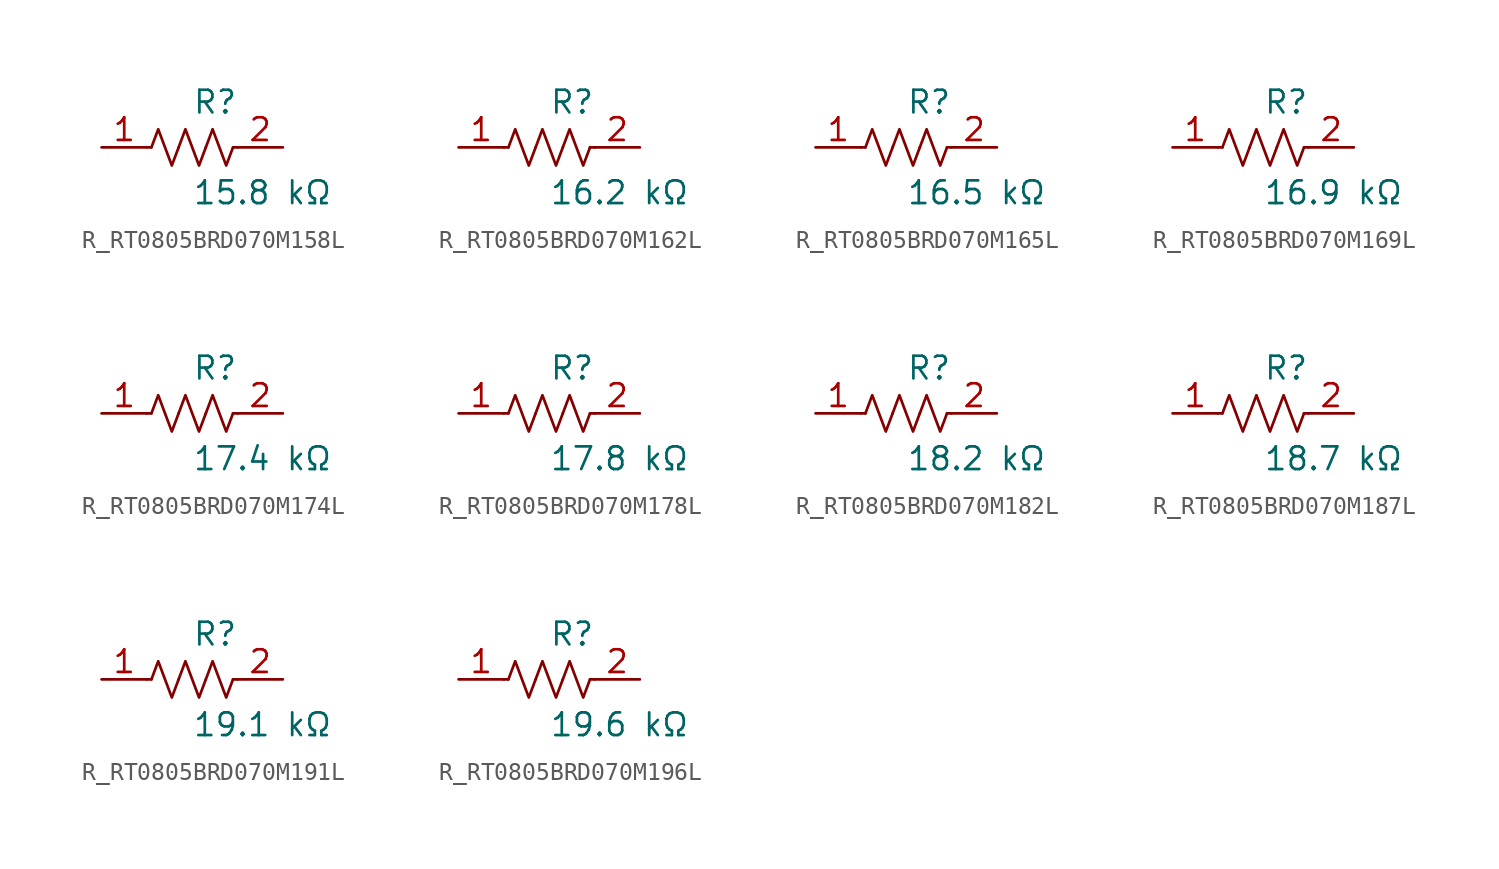
<source format=kicad_sym>
(kicad_symbol_lib
  (version 20231120)
  (generator kicad_symbol_editor)
  (generator_version 8.0)
  (symbol "R_RT0805BRD070M158L"
    (pin_names
      (offset 0.254))
    (property "Reference" "R"
      (at 0.0 2.54 0)
      (effects (font (size 1.27 1.27)) (justify left)))
    (property "Value" "15.8 kΩ"
      (at 0.0 -2.54 0)
      (effects (font (size 1.27 1.27)) (justify left)))
    (symbol "R_RT0805BRD070M158L_0_1"
      (polyline (pts (xy 2.286 0) (xy 2.54 0)) (stroke (width 0) (type default)) (fill (type none)))
      (polyline (pts (xy -2.286 0) (xy -2.54 0)) (stroke (width 0) (type default)) (fill (type none)))
      (polyline (pts (xy 0.762 0) (xy 1.143 1.016) (xy 1.524 0) (xy 1.905 -1.016) (xy 2.286 0)) (stroke (width 0) (type default)) (fill (type none)))
      (polyline (pts (xy -0.762 0) (xy -0.381 1.016) (xy 0 0) (xy 0.381 -1.016) (xy 0.762 0)) (stroke (width 0) (type default)) (fill (type none)))
      (polyline (pts (xy -2.286 0) (xy -1.905 1.016) (xy -1.524 0) (xy -1.143 -1.016) (xy -0.762 0)) (stroke (width 0) (type default)) (fill (type none))))
    (pin unspecified line
      (at -5.08 0 0)
      (length 2.54)
      (name "" (effects (font (size 1.27 1.27))))
      (number "1" (effects (font (size 1.27 1.27)))))
    (pin unspecified line
      (at 5.08 0 180)
      (length 2.54)
      (name "" (effects (font (size 1.27 1.27))))
      (number "2" (effects (font (size 1.27 1.27))))))
  (symbol "R_RT0805BRD070M162L"
    (pin_names
      (offset 0.254))
    (property "Reference" "R"
      (at 0.0 2.54 0)
      (effects (font (size 1.27 1.27)) (justify left)))
    (property "Value" "16.2 kΩ"
      (at 0.0 -2.54 0)
      (effects (font (size 1.27 1.27)) (justify left)))
    (symbol "R_RT0805BRD070M162L_0_1"
      (polyline (pts (xy 2.286 0) (xy 2.54 0)) (stroke (width 0) (type default)) (fill (type none)))
      (polyline (pts (xy -2.286 0) (xy -2.54 0)) (stroke (width 0) (type default)) (fill (type none)))
      (polyline (pts (xy 0.762 0) (xy 1.143 1.016) (xy 1.524 0) (xy 1.905 -1.016) (xy 2.286 0)) (stroke (width 0) (type default)) (fill (type none)))
      (polyline (pts (xy -0.762 0) (xy -0.381 1.016) (xy 0 0) (xy 0.381 -1.016) (xy 0.762 0)) (stroke (width 0) (type default)) (fill (type none)))
      (polyline (pts (xy -2.286 0) (xy -1.905 1.016) (xy -1.524 0) (xy -1.143 -1.016) (xy -0.762 0)) (stroke (width 0) (type default)) (fill (type none))))
    (pin unspecified line
      (at -5.08 0 0)
      (length 2.54)
      (name "" (effects (font (size 1.27 1.27))))
      (number "1" (effects (font (size 1.27 1.27)))))
    (pin unspecified line
      (at 5.08 0 180)
      (length 2.54)
      (name "" (effects (font (size 1.27 1.27))))
      (number "2" (effects (font (size 1.27 1.27))))))
  (symbol "R_RT0805BRD070M165L"
    (pin_names
      (offset 0.254))
    (property "Reference" "R"
      (at 0.0 2.54 0)
      (effects (font (size 1.27 1.27)) (justify left)))
    (property "Value" "16.5 kΩ"
      (at 0.0 -2.54 0)
      (effects (font (size 1.27 1.27)) (justify left)))
    (symbol "R_RT0805BRD070M165L_0_1"
      (polyline (pts (xy 2.286 0) (xy 2.54 0)) (stroke (width 0) (type default)) (fill (type none)))
      (polyline (pts (xy -2.286 0) (xy -2.54 0)) (stroke (width 0) (type default)) (fill (type none)))
      (polyline (pts (xy 0.762 0) (xy 1.143 1.016) (xy 1.524 0) (xy 1.905 -1.016) (xy 2.286 0)) (stroke (width 0) (type default)) (fill (type none)))
      (polyline (pts (xy -0.762 0) (xy -0.381 1.016) (xy 0 0) (xy 0.381 -1.016) (xy 0.762 0)) (stroke (width 0) (type default)) (fill (type none)))
      (polyline (pts (xy -2.286 0) (xy -1.905 1.016) (xy -1.524 0) (xy -1.143 -1.016) (xy -0.762 0)) (stroke (width 0) (type default)) (fill (type none))))
    (pin unspecified line
      (at -5.08 0 0)
      (length 2.54)
      (name "" (effects (font (size 1.27 1.27))))
      (number "1" (effects (font (size 1.27 1.27)))))
    (pin unspecified line
      (at 5.08 0 180)
      (length 2.54)
      (name "" (effects (font (size 1.27 1.27))))
      (number "2" (effects (font (size 1.27 1.27))))))
  (symbol "R_RT0805BRD070M169L"
    (pin_names
      (offset 0.254))
    (property "Reference" "R"
      (at 0.0 2.54 0)
      (effects (font (size 1.27 1.27)) (justify left)))
    (property "Value" "16.9 kΩ"
      (at 0.0 -2.54 0)
      (effects (font (size 1.27 1.27)) (justify left)))
    (symbol "R_RT0805BRD070M169L_0_1"
      (polyline (pts (xy 2.286 0) (xy 2.54 0)) (stroke (width 0) (type default)) (fill (type none)))
      (polyline (pts (xy -2.286 0) (xy -2.54 0)) (stroke (width 0) (type default)) (fill (type none)))
      (polyline (pts (xy 0.762 0) (xy 1.143 1.016) (xy 1.524 0) (xy 1.905 -1.016) (xy 2.286 0)) (stroke (width 0) (type default)) (fill (type none)))
      (polyline (pts (xy -0.762 0) (xy -0.381 1.016) (xy 0 0) (xy 0.381 -1.016) (xy 0.762 0)) (stroke (width 0) (type default)) (fill (type none)))
      (polyline (pts (xy -2.286 0) (xy -1.905 1.016) (xy -1.524 0) (xy -1.143 -1.016) (xy -0.762 0)) (stroke (width 0) (type default)) (fill (type none))))
    (pin unspecified line
      (at -5.08 0 0)
      (length 2.54)
      (name "" (effects (font (size 1.27 1.27))))
      (number "1" (effects (font (size 1.27 1.27)))))
    (pin unspecified line
      (at 5.08 0 180)
      (length 2.54)
      (name "" (effects (font (size 1.27 1.27))))
      (number "2" (effects (font (size 1.27 1.27))))))
  (symbol "R_RT0805BRD070M174L"
    (pin_names
      (offset 0.254))
    (property "Reference" "R"
      (at 0.0 2.54 0)
      (effects (font (size 1.27 1.27)) (justify left)))
    (property "Value" "17.4 kΩ"
      (at 0.0 -2.54 0)
      (effects (font (size 1.27 1.27)) (justify left)))
    (symbol "R_RT0805BRD070M174L_0_1"
      (polyline (pts (xy 2.286 0) (xy 2.54 0)) (stroke (width 0) (type default)) (fill (type none)))
      (polyline (pts (xy -2.286 0) (xy -2.54 0)) (stroke (width 0) (type default)) (fill (type none)))
      (polyline (pts (xy 0.762 0) (xy 1.143 1.016) (xy 1.524 0) (xy 1.905 -1.016) (xy 2.286 0)) (stroke (width 0) (type default)) (fill (type none)))
      (polyline (pts (xy -0.762 0) (xy -0.381 1.016) (xy 0 0) (xy 0.381 -1.016) (xy 0.762 0)) (stroke (width 0) (type default)) (fill (type none)))
      (polyline (pts (xy -2.286 0) (xy -1.905 1.016) (xy -1.524 0) (xy -1.143 -1.016) (xy -0.762 0)) (stroke (width 0) (type default)) (fill (type none))))
    (pin unspecified line
      (at -5.08 0 0)
      (length 2.54)
      (name "" (effects (font (size 1.27 1.27))))
      (number "1" (effects (font (size 1.27 1.27)))))
    (pin unspecified line
      (at 5.08 0 180)
      (length 2.54)
      (name "" (effects (font (size 1.27 1.27))))
      (number "2" (effects (font (size 1.27 1.27))))))
  (symbol "R_RT0805BRD070M178L"
    (pin_names
      (offset 0.254))
    (property "Reference" "R"
      (at 0.0 2.54 0)
      (effects (font (size 1.27 1.27)) (justify left)))
    (property "Value" "17.8 kΩ"
      (at 0.0 -2.54 0)
      (effects (font (size 1.27 1.27)) (justify left)))
    (symbol "R_RT0805BRD070M178L_0_1"
      (polyline (pts (xy 2.286 0) (xy 2.54 0)) (stroke (width 0) (type default)) (fill (type none)))
      (polyline (pts (xy -2.286 0) (xy -2.54 0)) (stroke (width 0) (type default)) (fill (type none)))
      (polyline (pts (xy 0.762 0) (xy 1.143 1.016) (xy 1.524 0) (xy 1.905 -1.016) (xy 2.286 0)) (stroke (width 0) (type default)) (fill (type none)))
      (polyline (pts (xy -0.762 0) (xy -0.381 1.016) (xy 0 0) (xy 0.381 -1.016) (xy 0.762 0)) (stroke (width 0) (type default)) (fill (type none)))
      (polyline (pts (xy -2.286 0) (xy -1.905 1.016) (xy -1.524 0) (xy -1.143 -1.016) (xy -0.762 0)) (stroke (width 0) (type default)) (fill (type none))))
    (pin unspecified line
      (at -5.08 0 0)
      (length 2.54)
      (name "" (effects (font (size 1.27 1.27))))
      (number "1" (effects (font (size 1.27 1.27)))))
    (pin unspecified line
      (at 5.08 0 180)
      (length 2.54)
      (name "" (effects (font (size 1.27 1.27))))
      (number "2" (effects (font (size 1.27 1.27))))))
  (symbol "R_RT0805BRD070M182L"
    (pin_names
      (offset 0.254))
    (property "Reference" "R"
      (at 0.0 2.54 0)
      (effects (font (size 1.27 1.27)) (justify left)))
    (property "Value" "18.2 kΩ"
      (at 0.0 -2.54 0)
      (effects (font (size 1.27 1.27)) (justify left)))
    (symbol "R_RT0805BRD070M182L_0_1"
      (polyline (pts (xy 2.286 0) (xy 2.54 0)) (stroke (width 0) (type default)) (fill (type none)))
      (polyline (pts (xy -2.286 0) (xy -2.54 0)) (stroke (width 0) (type default)) (fill (type none)))
      (polyline (pts (xy 0.762 0) (xy 1.143 1.016) (xy 1.524 0) (xy 1.905 -1.016) (xy 2.286 0)) (stroke (width 0) (type default)) (fill (type none)))
      (polyline (pts (xy -0.762 0) (xy -0.381 1.016) (xy 0 0) (xy 0.381 -1.016) (xy 0.762 0)) (stroke (width 0) (type default)) (fill (type none)))
      (polyline (pts (xy -2.286 0) (xy -1.905 1.016) (xy -1.524 0) (xy -1.143 -1.016) (xy -0.762 0)) (stroke (width 0) (type default)) (fill (type none))))
    (pin unspecified line
      (at -5.08 0 0)
      (length 2.54)
      (name "" (effects (font (size 1.27 1.27))))
      (number "1" (effects (font (size 1.27 1.27)))))
    (pin unspecified line
      (at 5.08 0 180)
      (length 2.54)
      (name "" (effects (font (size 1.27 1.27))))
      (number "2" (effects (font (size 1.27 1.27))))))
  (symbol "R_RT0805BRD070M187L"
    (pin_names
      (offset 0.254))
    (property "Reference" "R"
      (at 0.0 2.54 0)
      (effects (font (size 1.27 1.27)) (justify left)))
    (property "Value" "18.7 kΩ"
      (at 0.0 -2.54 0)
      (effects (font (size 1.27 1.27)) (justify left)))
    (symbol "R_RT0805BRD070M187L_0_1"
      (polyline (pts (xy 2.286 0) (xy 2.54 0)) (stroke (width 0) (type default)) (fill (type none)))
      (polyline (pts (xy -2.286 0) (xy -2.54 0)) (stroke (width 0) (type default)) (fill (type none)))
      (polyline (pts (xy 0.762 0) (xy 1.143 1.016) (xy 1.524 0) (xy 1.905 -1.016) (xy 2.286 0)) (stroke (width 0) (type default)) (fill (type none)))
      (polyline (pts (xy -0.762 0) (xy -0.381 1.016) (xy 0 0) (xy 0.381 -1.016) (xy 0.762 0)) (stroke (width 0) (type default)) (fill (type none)))
      (polyline (pts (xy -2.286 0) (xy -1.905 1.016) (xy -1.524 0) (xy -1.143 -1.016) (xy -0.762 0)) (stroke (width 0) (type default)) (fill (type none))))
    (pin unspecified line
      (at -5.08 0 0)
      (length 2.54)
      (name "" (effects (font (size 1.27 1.27))))
      (number "1" (effects (font (size 1.27 1.27)))))
    (pin unspecified line
      (at 5.08 0 180)
      (length 2.54)
      (name "" (effects (font (size 1.27 1.27))))
      (number "2" (effects (font (size 1.27 1.27))))))
  (symbol "R_RT0805BRD070M191L"
    (pin_names
      (offset 0.254))
    (property "Reference" "R"
      (at 0.0 2.54 0)
      (effects (font (size 1.27 1.27)) (justify left)))
    (property "Value" "19.1 kΩ"
      (at 0.0 -2.54 0)
      (effects (font (size 1.27 1.27)) (justify left)))
    (symbol "R_RT0805BRD070M191L_0_1"
      (polyline (pts (xy 2.286 0) (xy 2.54 0)) (stroke (width 0) (type default)) (fill (type none)))
      (polyline (pts (xy -2.286 0) (xy -2.54 0)) (stroke (width 0) (type default)) (fill (type none)))
      (polyline (pts (xy 0.762 0) (xy 1.143 1.016) (xy 1.524 0) (xy 1.905 -1.016) (xy 2.286 0)) (stroke (width 0) (type default)) (fill (type none)))
      (polyline (pts (xy -0.762 0) (xy -0.381 1.016) (xy 0 0) (xy 0.381 -1.016) (xy 0.762 0)) (stroke (width 0) (type default)) (fill (type none)))
      (polyline (pts (xy -2.286 0) (xy -1.905 1.016) (xy -1.524 0) (xy -1.143 -1.016) (xy -0.762 0)) (stroke (width 0) (type default)) (fill (type none))))
    (pin unspecified line
      (at -5.08 0 0)
      (length 2.54)
      (name "" (effects (font (size 1.27 1.27))))
      (number "1" (effects (font (size 1.27 1.27)))))
    (pin unspecified line
      (at 5.08 0 180)
      (length 2.54)
      (name "" (effects (font (size 1.27 1.27))))
      (number "2" (effects (font (size 1.27 1.27))))))
  (symbol "R_RT0805BRD070M196L"
    (pin_names
      (offset 0.254))
    (property "Reference" "R"
      (at 0.0 2.54 0)
      (effects (font (size 1.27 1.27)) (justify left)))
    (property "Value" "19.6 kΩ"
      (at 0.0 -2.54 0)
      (effects (font (size 1.27 1.27)) (justify left)))
    (symbol "R_RT0805BRD070M196L_0_1"
      (polyline (pts (xy 2.286 0) (xy 2.54 0)) (stroke (width 0) (type default)) (fill (type none)))
      (polyline (pts (xy -2.286 0) (xy -2.54 0)) (stroke (width 0) (type default)) (fill (type none)))
      (polyline (pts (xy 0.762 0) (xy 1.143 1.016) (xy 1.524 0) (xy 1.905 -1.016) (xy 2.286 0)) (stroke (width 0) (type default)) (fill (type none)))
      (polyline (pts (xy -0.762 0) (xy -0.381 1.016) (xy 0 0) (xy 0.381 -1.016) (xy 0.762 0)) (stroke (width 0) (type default)) (fill (type none)))
      (polyline (pts (xy -2.286 0) (xy -1.905 1.016) (xy -1.524 0) (xy -1.143 -1.016) (xy -0.762 0)) (stroke (width 0) (type default)) (fill (type none))))
    (pin unspecified line
      (at -5.08 0 0)
      (length 2.54)
      (name "" (effects (font (size 1.27 1.27))))
      (number "1" (effects (font (size 1.27 1.27)))))
    (pin unspecified line
      (at 5.08 0 180)
      (length 2.54)
      (name "" (effects (font (size 1.27 1.27))))
      (number "2" (effects (font (size 1.27 1.27)))))))
</source>
